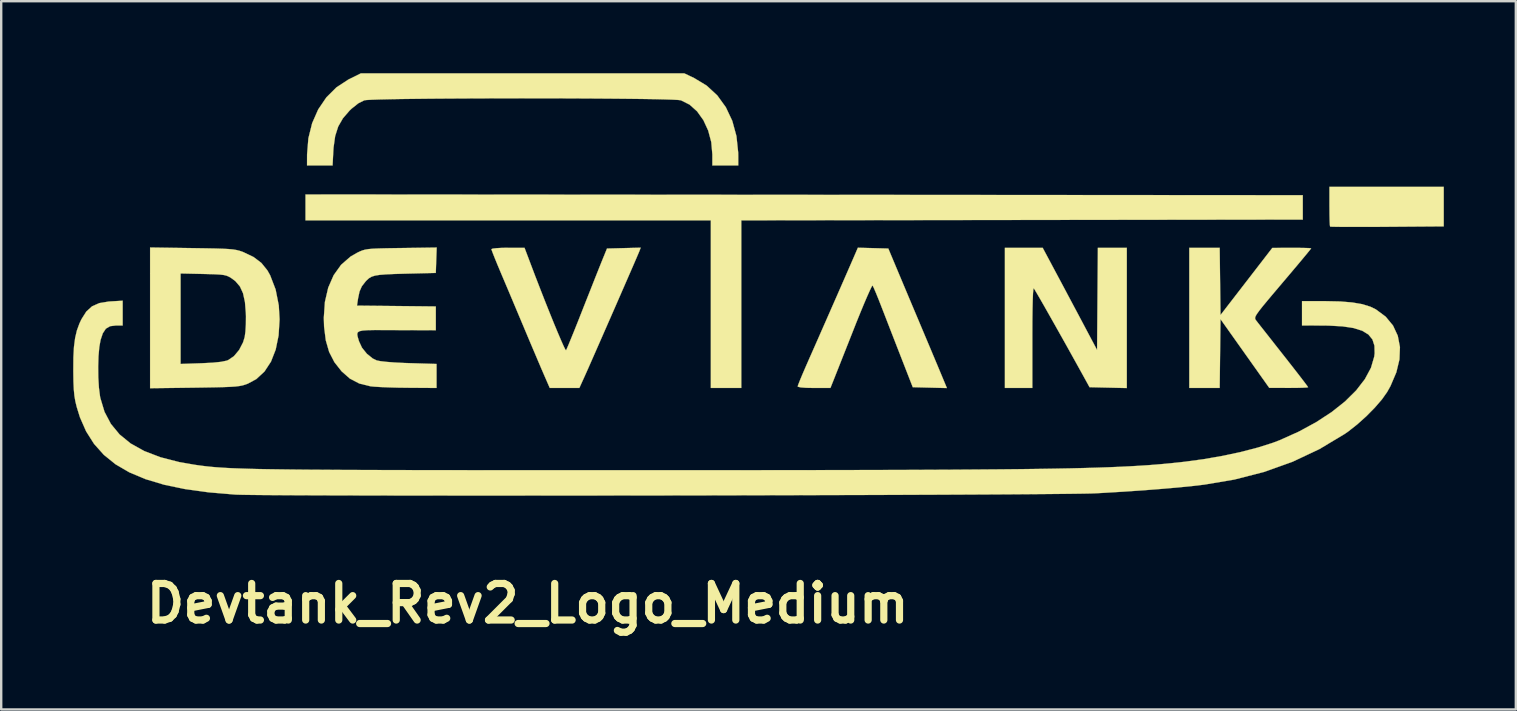
<source format=kicad_pcb>
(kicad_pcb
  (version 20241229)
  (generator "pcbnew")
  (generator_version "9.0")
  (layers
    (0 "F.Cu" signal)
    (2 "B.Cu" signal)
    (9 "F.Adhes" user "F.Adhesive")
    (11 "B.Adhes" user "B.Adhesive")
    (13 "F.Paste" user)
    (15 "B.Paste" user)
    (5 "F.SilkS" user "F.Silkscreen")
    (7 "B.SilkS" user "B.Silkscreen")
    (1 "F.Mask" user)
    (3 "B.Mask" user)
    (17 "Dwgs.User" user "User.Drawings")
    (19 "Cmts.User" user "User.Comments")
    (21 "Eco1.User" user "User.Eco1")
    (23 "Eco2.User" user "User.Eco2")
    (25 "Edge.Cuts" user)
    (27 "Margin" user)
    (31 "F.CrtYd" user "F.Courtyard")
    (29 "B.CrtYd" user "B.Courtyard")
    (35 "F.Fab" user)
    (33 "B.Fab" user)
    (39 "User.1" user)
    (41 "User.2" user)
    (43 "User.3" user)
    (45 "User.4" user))
  (footprint "Devtank_Rev2_Logo_Medium"
    (layer "F.Cu")
    (at 28.542 8.8)
    (property "Reference" "Devtank_Rev2_Logo_Medium" (at -9.6 13.3 0) (layer "F.SilkS") (effects (font (size 1.524 1.524) (thickness 0.3))))
    (attr through_hole)
    (fp_poly (pts (xy 22.701 -3.715) (xy 22.701 -2.699) (xy 11.001 -2.683) (xy -0.699 -2.667) (xy -0.699 4.318) (xy -1.968 4.318) (xy -1.968 -2.667) (xy -18.86 -2.667) (xy -18.86 -3.747) (xy 22.701 -3.715)) (stroke (width 0.01) (type solid)) (fill yes) (layer "F.SilkS"))
    (fp_poly (pts (xy 28.575 -2.416) (xy 26.22 -2.399) (xy 25.686 -2.395) (xy 25.193 -2.394) (xy 24.755 -2.394) (xy 24.387 -2.395) (xy 24.102 -2.398) (xy 23.915 -2.402) (xy 23.84 -2.407) (xy 23.839 -2.408) (xy 23.829 -2.478) (xy 23.821 -2.65) (xy 23.815 -2.899) (xy 23.813 -3.202) (xy 23.812 -3.249) (xy 23.812 -4.064) (xy 28.575 -4.064) (xy 28.575 -2.416)) (stroke (width 0.01) (type solid)) (fill yes) (layer "F.SilkS"))
    (fp_poly (pts (xy 14.765 -1.524) (xy 15.367 -1.524) (xy 15.367 4.322) (xy 14.59 4.304) (xy 13.814 4.286) (xy 13.587 3.873) (xy 13.359 3.461) (xy 13.115 3.022) (xy 12.863 2.569) (xy 12.61 2.118) (xy 12.364 1.681) (xy 12.134 1.274) (xy 11.927 0.909) (xy 11.751 0.602) (xy 11.613 0.365) (xy 11.523 0.214) (xy 11.489 0.162) (xy 11.473 0.206) (xy 11.458 0.37) (xy 11.447 0.648) (xy 11.438 1.031) (xy 11.432 1.514) (xy 11.43 2.089) (xy 11.43 2.21) (xy 11.43 4.318) (xy 10.287 4.318) (xy 10.287 -1.524) (xy 11.861 -1.524) (xy 12.513 -0.302) (xy 12.746 0.134) (xy 12.995 0.603) (xy 13.243 1.068) (xy 13.469 1.493) (xy 13.647 1.829) (xy 14.129 2.737) (xy 14.145 0.607) (xy 14.162 -1.524) (xy 14.765 -1.524)) (stroke (width 0.01) (type solid)) (fill yes) (layer "F.SilkS"))
    (fp_poly (pts (xy 19.255 -0.123) (xy 19.272 1.279) (xy 21.431 -1.518) (xy 22.241 -1.521) (xy 22.545 -1.52) (xy 22.797 -1.516) (xy 22.973 -1.51) (xy 23.049 -1.501) (xy 23.05 -1.5) (xy 23.011 -1.447) (xy 22.899 -1.31) (xy 22.726 -1.101) (xy 22.501 -0.831) (xy 22.234 -0.514) (xy 21.936 -0.162) (xy 21.848 -0.058) (xy 21.503 0.349) (xy 21.232 0.671) (xy 21.027 0.919) (xy 20.881 1.105) (xy 20.785 1.239) (xy 20.732 1.333) (xy 20.713 1.399) (xy 20.72 1.448) (xy 20.746 1.49) (xy 20.753 1.499) (xy 20.82 1.586) (xy 20.954 1.757) (xy 21.144 1.998) (xy 21.377 2.294) (xy 21.641 2.63) (xy 21.892 2.949) (xy 22.168 3.3) (xy 22.416 3.618) (xy 22.626 3.889) (xy 22.787 4.1) (xy 22.89 4.238) (xy 22.924 4.288) (xy 22.864 4.299) (xy 22.701 4.308) (xy 22.459 4.314) (xy 22.161 4.316) (xy 22.114 4.316) (xy 21.304 4.314) (xy 19.272 1.45) (xy 19.255 2.884) (xy 19.238 4.318) (xy 17.971 4.318) (xy 17.971 -1.524) (xy 18.604 -1.524) (xy 19.238 -1.524) (xy 19.255 -0.123)) (stroke (width 0.01) (type solid)) (fill yes) (layer "F.SilkS"))
    (fp_poly (pts (xy -2.659 -8.595) (xy -2.14 -8.281) (xy -1.699 -7.873) (xy -1.342 -7.38) (xy -1.074 -6.812) (xy -0.901 -6.178) (xy -0.828 -5.488) (xy -0.826 -5.35) (xy -0.826 -4.953) (xy -1.905 -4.953) (xy -1.905 -5.418) (xy -1.95 -5.929) (xy -2.079 -6.411) (xy -2.279 -6.844) (xy -2.541 -7.21) (xy -2.854 -7.49) (xy -3.206 -7.666) (xy -3.226 -7.672) (xy -3.334 -7.685) (xy -3.557 -7.697) (xy -3.887 -7.708) (xy -4.311 -7.718) (xy -4.82 -7.726) (xy -5.403 -7.733) (xy -6.049 -7.739) (xy -6.748 -7.744) (xy -7.489 -7.748) (xy -8.261 -7.751) (xy -9.054 -7.752) (xy -9.857 -7.753) (xy -10.659 -7.752) (xy -11.45 -7.75) (xy -12.22 -7.747) (xy -12.957 -7.743) (xy -13.651 -7.738) (xy -14.291 -7.731) (xy -14.867 -7.724) (xy -15.368 -7.715) (xy -15.784 -7.705) (xy -16.104 -7.694) (xy -16.316 -7.682) (xy -16.407 -7.67) (xy -16.655 -7.548) (xy -16.939 -7.322) (xy -17.024 -7.241) (xy -17.302 -6.919) (xy -17.498 -6.576) (xy -17.624 -6.181) (xy -17.691 -5.705) (xy -17.702 -5.54) (xy -17.732 -4.953) (xy -18.796 -4.953) (xy -18.795 -5.413) (xy -18.74 -6.088) (xy -18.583 -6.718) (xy -18.331 -7.29) (xy -17.991 -7.791) (xy -17.57 -8.21) (xy -17.074 -8.535) (xy -17.033 -8.555) (xy -16.548 -8.795) (xy -3.08 -8.795) (xy -2.659 -8.595)) (stroke (width 0.01) (type solid)) (fill yes) (layer "F.SilkS"))
    (fp_poly (pts (xy -23.574 -1.51) (xy -23.05 -1.502) (xy -22.635 -1.494) (xy -22.314 -1.484) (xy -22.068 -1.471) (xy -21.88 -1.454) (xy -21.735 -1.43) (xy -21.614 -1.4) (xy -21.5 -1.362) (xy -21.445 -1.34) (xy -21.023 -1.138) (xy -20.7 -0.893) (xy -20.45 -0.584) (xy -20.335 -0.381) (xy -20.106 0.213) (xy -19.974 0.879) (xy -19.941 1.46) (xy -19.982 2.128) (xy -20.102 2.717) (xy -20.299 3.221) (xy -20.57 3.633) (xy -20.91 3.948) (xy -21.263 4.138) (xy -21.374 4.179) (xy -21.485 4.212) (xy -21.614 4.237) (xy -21.777 4.257) (xy -21.989 4.271) (xy -22.268 4.282) (xy -22.63 4.291) (xy -23.091 4.299) (xy -23.479 4.305) (xy -25.337 4.329) (xy -25.337 3.318) (xy -24.067 3.318) (xy -23.193 3.288) (xy -22.731 3.265) (xy -22.386 3.23) (xy -22.152 3.182) (xy -22.086 3.158) (xy -21.843 2.993) (xy -21.627 2.735) (xy -21.462 2.416) (xy -21.395 2.197) (xy -21.364 1.973) (xy -21.345 1.669) (xy -21.342 1.33) (xy -21.346 1.202) (xy -21.384 0.735) (xy -21.464 0.37) (xy -21.593 0.089) (xy -21.78 -0.131) (xy -21.926 -0.242) (xy -22.033 -0.309) (xy -22.135 -0.356) (xy -22.258 -0.388) (xy -22.426 -0.408) (xy -22.664 -0.421) (xy -22.997 -0.43) (xy -23.125 -0.433) (xy -24.067 -0.454) (xy -24.067 3.318) (xy -25.337 3.318) (xy -25.337 -1.536) (xy -23.574 -1.51)) (stroke (width 0.01) (type solid)) (fill yes) (layer "F.SilkS"))
    (fp_poly (pts (xy 4.794 -1.509) (xy 5.428 -1.492) (xy 5.894 -0.381) (xy 6.081 0.064) (xy 6.289 0.558) (xy 6.498 1.055) (xy 6.689 1.507) (xy 6.776 1.714) (xy 6.95 2.127) (xy 7.14 2.578) (xy 7.326 3.021) (xy 7.489 3.409) (xy 7.531 3.51) (xy 7.87 4.322) (xy 7.159 4.304) (xy 6.447 4.286) (xy 5.952 3.016) (xy 5.779 2.572) (xy 5.597 2.104) (xy 5.42 1.648) (xy 5.262 1.24) (xy 5.138 0.921) (xy 5.019 0.618) (xy 4.913 0.358) (xy 4.83 0.164) (xy 4.779 0.059) (xy 4.771 0.048) (xy 4.737 0.092) (xy 4.664 0.242) (xy 4.556 0.482) (xy 4.42 0.799) (xy 4.262 1.18) (xy 4.088 1.61) (xy 4.003 1.826) (xy 3.817 2.296) (xy 3.64 2.744) (xy 3.479 3.151) (xy 3.341 3.5) (xy 3.233 3.772) (xy 3.163 3.95) (xy 3.149 3.985) (xy 3.016 4.318) (xy 2.334 4.318) (xy 2.009 4.312) (xy 1.782 4.295) (xy 1.665 4.268) (xy 1.651 4.252) (xy 1.676 4.176) (xy 1.744 4.003) (xy 1.848 3.753) (xy 1.98 3.447) (xy 2.121 3.125) (xy 2.264 2.802) (xy 2.437 2.41) (xy 2.632 1.966) (xy 2.842 1.489) (xy 3.058 0.997) (xy 3.273 0.508) (xy 3.478 0.04) (xy 3.665 -0.388) (xy 3.827 -0.759) (xy 3.956 -1.055) (xy 4.043 -1.256) (xy 4.057 -1.287) (xy 4.159 -1.526) (xy 4.794 -1.509)) (stroke (width 0.01) (type solid)) (fill yes) (layer "F.SilkS"))
    (fp_poly (pts (xy -4.947 -1.383) (xy -4.986 -1.289) (xy -5.07 -1.093) (xy -5.192 -0.81) (xy -5.346 -0.456) (xy -5.525 -0.046) (xy -5.722 0.406) (xy -5.931 0.885) (xy -6.146 1.376) (xy -6.36 1.864) (xy -6.566 2.334) (xy -6.758 2.771) (xy -6.929 3.16) (xy -7.073 3.487) (xy -7.184 3.736) (xy -7.253 3.889) (xy -7.448 4.318) (xy -8.681 4.318) (xy -8.937 3.731) (xy -9.038 3.497) (xy -9.176 3.173) (xy -9.341 2.784) (xy -9.522 2.358) (xy -9.706 1.92) (xy -9.779 1.746) (xy -9.973 1.286) (xy -10.176 0.803) (xy -10.375 0.33) (xy -10.557 -0.099) (xy -10.707 -0.453) (xy -10.739 -0.53) (xy -10.87 -0.841) (xy -10.98 -1.111) (xy -11.062 -1.32) (xy -11.107 -1.443) (xy -11.113 -1.467) (xy -11.053 -1.49) (xy -10.893 -1.508) (xy -10.657 -1.521) (xy -10.423 -1.524) (xy -9.733 -1.524) (xy -9.499 -0.905) (xy -9.293 -0.362) (xy -9.085 0.175) (xy -8.882 0.694) (xy -8.687 1.182) (xy -8.507 1.627) (xy -8.346 2.014) (xy -8.21 2.333) (xy -8.104 2.571) (xy -8.033 2.714) (xy -8.003 2.751) (xy -7.969 2.68) (xy -7.895 2.507) (xy -7.788 2.247) (xy -7.654 1.917) (xy -7.5 1.533) (xy -7.334 1.111) (xy -7.155 0.657) (xy -6.979 0.214) (xy -6.817 -0.197) (xy -6.675 -0.554) (xy -6.564 -0.832) (xy -6.503 -0.984) (xy -6.296 -1.492) (xy -5.594 -1.51) (xy -4.891 -1.528) (xy -4.947 -1.383)) (stroke (width 0.01) (type solid)) (fill yes) (layer "F.SilkS"))
    (fp_poly (pts (xy -13.412 -1.005) (xy -13.43 -0.476) (xy -14.7 -0.445) (xy -15.159 -0.432) (xy -15.51 -0.416) (xy -15.772 -0.395) (xy -15.964 -0.364) (xy -16.103 -0.32) (xy -16.211 -0.258) (xy -16.304 -0.175) (xy -16.359 -0.117) (xy -16.514 0.084) (xy -16.609 0.298) (xy -16.669 0.583) (xy -16.67 0.586) (xy -16.715 0.887) (xy -15.072 0.904) (xy -13.43 0.921) (xy -13.43 1.913) (xy -15.065 1.907) (xy -15.576 1.905) (xy -15.972 1.904) (xy -16.268 1.91) (xy -16.476 1.924) (xy -16.609 1.953) (xy -16.681 1.999) (xy -16.704 2.066) (xy -16.693 2.158) (xy -16.659 2.28) (xy -16.632 2.37) (xy -16.507 2.64) (xy -16.302 2.894) (xy -16.056 3.092) (xy -15.894 3.17) (xy -15.741 3.201) (xy -15.483 3.231) (xy -15.143 3.257) (xy -14.743 3.277) (xy -14.526 3.284) (xy -13.399 3.318) (xy -13.399 4.318) (xy -14.589 4.31) (xy -14.996 4.305) (xy -15.386 4.294) (xy -15.731 4.28) (xy -16.003 4.263) (xy -16.154 4.248) (xy -16.617 4.134) (xy -17.009 3.93) (xy -17.355 3.626) (xy -17.657 3.242) (xy -17.875 2.818) (xy -18.015 2.333) (xy -18.086 1.767) (xy -18.097 1.394) (xy -18.051 0.73) (xy -17.913 0.136) (xy -17.687 -0.381) (xy -17.377 -0.814) (xy -16.986 -1.156) (xy -16.713 -1.314) (xy -16.595 -1.371) (xy -16.489 -1.414) (xy -16.375 -1.446) (xy -16.235 -1.469) (xy -16.05 -1.485) (xy -15.8 -1.496) (xy -15.468 -1.504) (xy -15.033 -1.511) (xy -14.872 -1.513) (xy -13.393 -1.534) (xy -13.412 -1.005)) (stroke (width 0.01) (type solid)) (fill yes) (layer "F.SilkS"))
    (fp_poly (pts (xy -26.48 1.714) (xy -26.758 1.714) (xy -27.003 1.744) (xy -27.18 1.847) (xy -27.308 2.04) (xy -27.401 2.318) (xy -27.454 2.615) (xy -27.488 3) (xy -27.501 3.436) (xy -27.496 3.883) (xy -27.47 4.306) (xy -27.424 4.665) (xy -27.41 4.738) (xy -27.237 5.311) (xy -26.971 5.816) (xy -26.608 6.256) (xy -26.145 6.633) (xy -25.578 6.948) (xy -24.905 7.206) (xy -24.122 7.407) (xy -23.474 7.52) (xy -23.311 7.543) (xy -23.148 7.565) (xy -22.979 7.585) (xy -22.8 7.604) (xy -22.607 7.621) (xy -22.393 7.636) (xy -22.155 7.651) (xy -21.888 7.664) (xy -21.585 7.675) (xy -21.243 7.686) (xy -20.857 7.696) (xy -20.421 7.704) (xy -19.931 7.711) (xy -19.382 7.718) (xy -18.768 7.724) (xy -18.085 7.728) (xy -17.329 7.733) (xy -16.493 7.736) (xy -15.574 7.739) (xy -14.566 7.741) (xy -13.464 7.743) (xy -12.263 7.744) (xy -10.959 7.745) (xy -9.546 7.745) (xy -8.02 7.746) (xy -6.376 7.746) (xy -5.048 7.746) (xy -3.137 7.746) (xy -1.348 7.745) (xy 0.323 7.744) (xy 1.883 7.742) (xy 3.334 7.74) (xy 4.683 7.737) (xy 5.933 7.734) (xy 7.091 7.729) (xy 8.16 7.724) (xy 9.146 7.717) (xy 10.053 7.71) (xy 10.886 7.702) (xy 11.651 7.692) (xy 12.351 7.681) (xy 12.992 7.669) (xy 13.578 7.655) (xy 14.115 7.64) (xy 14.607 7.623) (xy 15.059 7.604) (xy 15.476 7.584) (xy 15.863 7.562) (xy 16.224 7.539) (xy 16.565 7.513) (xy 16.89 7.485) (xy 17.204 7.455) (xy 17.512 7.423) (xy 17.78 7.393) (xy 18.577 7.285) (xy 19.368 7.147) (xy 20.126 6.985) (xy 20.824 6.803) (xy 21.436 6.61) (xy 21.73 6.499) (xy 22.53 6.14) (xy 23.257 5.745) (xy 23.904 5.323) (xy 24.464 4.878) (xy 24.928 4.418) (xy 25.29 3.949) (xy 25.543 3.478) (xy 25.679 3.012) (xy 25.696 2.873) (xy 25.688 2.557) (xy 25.604 2.297) (xy 25.435 2.09) (xy 25.176 1.933) (xy 24.818 1.821) (xy 24.355 1.751) (xy 23.779 1.719) (xy 23.511 1.716) (xy 22.669 1.714) (xy 22.669 0.699) (xy 23.638 0.7) (xy 24.255 0.713) (xy 24.764 0.755) (xy 25.179 0.826) (xy 25.516 0.931) (xy 25.745 1.042) (xy 26.157 1.348) (xy 26.462 1.718) (xy 26.66 2.143) (xy 26.75 2.615) (xy 26.73 3.127) (xy 26.599 3.669) (xy 26.357 4.236) (xy 26.218 4.485) (xy 26.001 4.793) (xy 25.702 5.139) (xy 25.35 5.496) (xy 24.971 5.836) (xy 24.593 6.134) (xy 24.447 6.235) (xy 23.39 6.868) (xy 22.274 7.394) (xy 21.095 7.816) (xy 19.846 8.136) (xy 18.603 8.346) (xy 18.098 8.405) (xy 17.488 8.466) (xy 16.794 8.526) (xy 16.039 8.585) (xy 15.244 8.639) (xy 14.431 8.688) (xy 14.065 8.708) (xy 13.876 8.715) (xy 13.567 8.721) (xy 13.146 8.727) (xy 12.618 8.733) (xy 11.992 8.739) (xy 11.272 8.745) (xy 10.466 8.751) (xy 9.58 8.756) (xy 8.621 8.761) (xy 7.595 8.766) (xy 6.509 8.77) (xy 5.369 8.775) (xy 4.182 8.779) (xy 2.954 8.782) (xy 1.693 8.786) (xy 0.403 8.789) (xy -0.907 8.792) (xy -2.232 8.795) (xy -3.565 8.797) (xy -4.899 8.799) (xy -6.228 8.8) (xy -7.546 8.801) (xy -8.845 8.802) (xy -10.119 8.803) (xy -11.363 8.803) (xy -12.568 8.803) (xy -13.729 8.802) (xy -14.839 8.801) (xy -15.892 8.799) (xy -16.881 8.797) (xy -17.799 8.795) (xy -18.641 8.792) (xy -19.398 8.789) (xy -20.066 8.785) (xy -20.637 8.781) (xy -21.105 8.776) (xy -21.463 8.771) (xy -21.705 8.765) (xy -21.796 8.761) (xy -22.896 8.668) (xy -23.881 8.532) (xy -24.756 8.35) (xy -25.526 8.119) (xy -26.198 7.837) (xy -26.776 7.5) (xy -27.265 7.105) (xy -27.672 6.649) (xy -28.002 6.129) (xy -28.26 5.543) (xy -28.394 5.112) (xy -28.451 4.877) (xy -28.491 4.643) (xy -28.516 4.376) (xy -28.531 4.048) (xy -28.537 3.626) (xy -28.537 3.588) (xy -28.533 3.044) (xy -28.509 2.601) (xy -28.461 2.235) (xy -28.387 1.92) (xy -28.282 1.633) (xy -28.197 1.453) (xy -27.996 1.135) (xy -27.756 0.916) (xy -27.454 0.782) (xy -27.064 0.717) (xy -26.99 0.712) (xy -26.48 0.682) (xy -26.48 1.714)) (stroke (width 0.01) (type solid)) (fill yes) (layer "F.SilkS")))
  (gr_rect
    (start -3 -3)
    (end 60.122 26.518)
    (stroke (width 0.1) (type default))
    (fill no)
    (layer "Edge.Cuts")))
</source>
